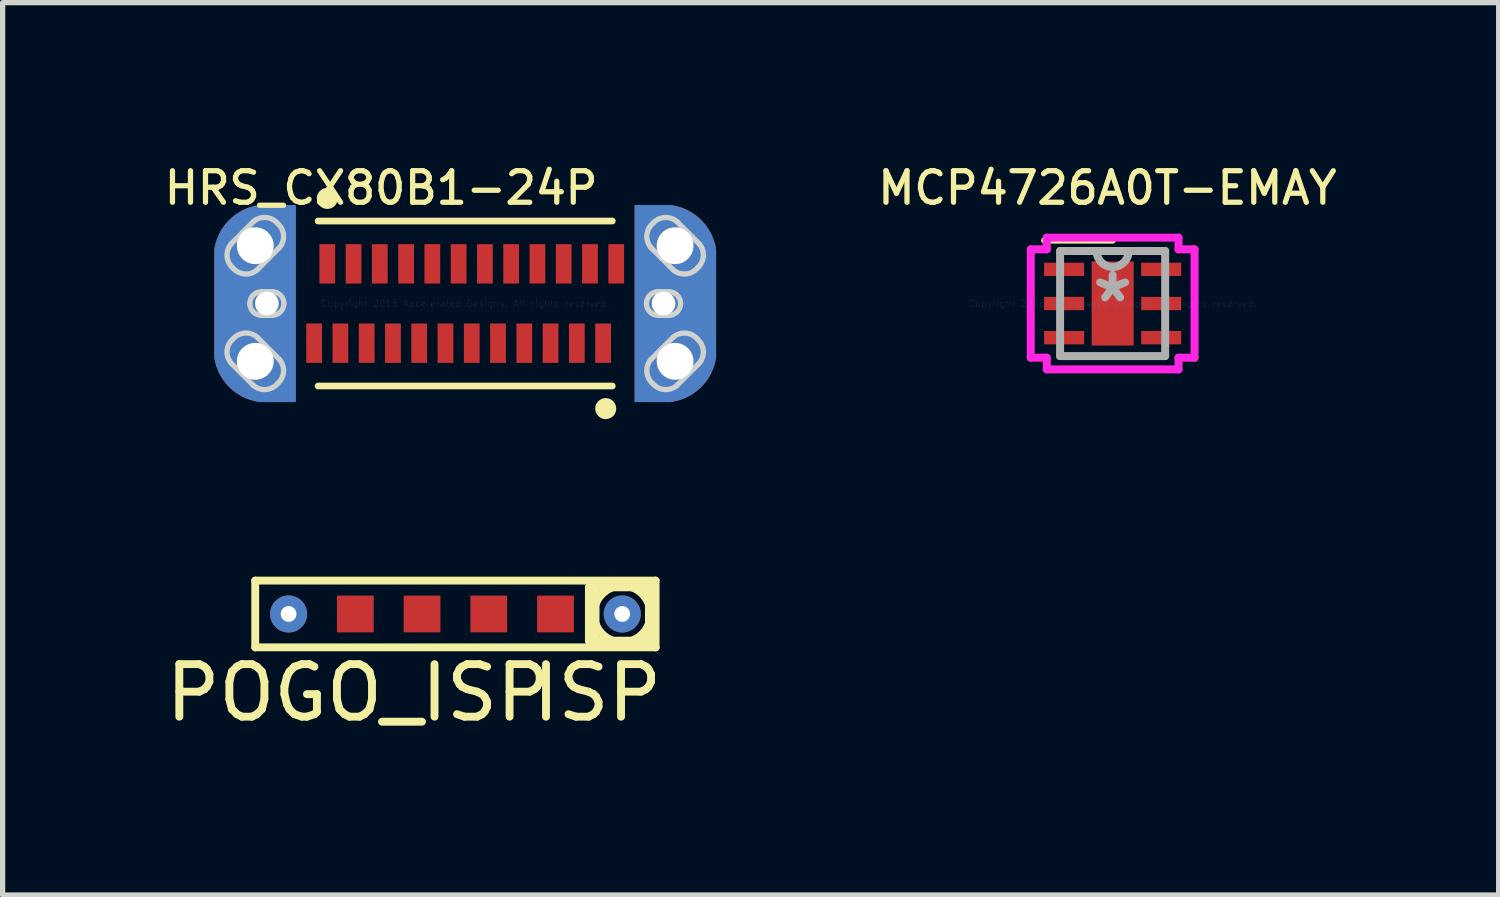
<source format=kicad_pcb>
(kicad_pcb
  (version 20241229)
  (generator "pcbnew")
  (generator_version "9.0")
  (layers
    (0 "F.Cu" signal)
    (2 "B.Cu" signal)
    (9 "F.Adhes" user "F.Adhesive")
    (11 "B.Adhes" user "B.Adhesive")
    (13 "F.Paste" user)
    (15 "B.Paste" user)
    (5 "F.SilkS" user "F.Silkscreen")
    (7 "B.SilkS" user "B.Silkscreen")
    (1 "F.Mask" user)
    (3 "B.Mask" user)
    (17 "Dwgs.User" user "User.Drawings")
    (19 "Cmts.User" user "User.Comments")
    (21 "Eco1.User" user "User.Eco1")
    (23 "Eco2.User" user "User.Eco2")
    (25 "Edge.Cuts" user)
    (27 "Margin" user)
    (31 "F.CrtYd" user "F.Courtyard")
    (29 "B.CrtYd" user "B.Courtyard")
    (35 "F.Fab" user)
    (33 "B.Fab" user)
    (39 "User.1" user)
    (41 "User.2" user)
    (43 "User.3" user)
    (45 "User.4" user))
  (footprint "MCP4726A0T-EMAY"
    (layer "F.Cu")
    (at 18.127 2.727)
    (property "Reference" "MCP4726A0T-EMAY" (at -0.1 -2.2 0) (layer "F.SilkS") (effects (font (size 0.6 0.6) (thickness 0.1))))
    (attr through_hole)
    (fp_line (start -1.3 -1.2) (end 0 -1.2) (stroke (width 0.12) (type solid)) (layer "F.SilkS"))
    (fp_line (start -1.559 -1.031) (end -1.254 -1.031) (stroke (width 0.152) (type solid)) (layer "F.CrtYd"))
    (fp_line (start -1.559 1.031) (end -1.559 -1.031) (stroke (width 0.152) (type solid)) (layer "F.CrtYd"))
    (fp_line (start -1.254 -1.254) (end 1.254 -1.254) (stroke (width 0.152) (type solid)) (layer "F.CrtYd"))
    (fp_line (start -1.254 -1.031) (end -1.254 -1.254) (stroke (width 0.152) (type solid)) (layer "F.CrtYd"))
    (fp_line (start -1.254 1.031) (end -1.559 1.031) (stroke (width 0.152) (type solid)) (layer "F.CrtYd"))
    (fp_line (start -1.254 1.254) (end -1.254 1.031) (stroke (width 0.152) (type solid)) (layer "F.CrtYd"))
    (fp_line (start 1.254 -1.254) (end 1.254 -1.031) (stroke (width 0.152) (type solid)) (layer "F.CrtYd"))
    (fp_line (start 1.254 -1.031) (end 1.559 -1.031) (stroke (width 0.152) (type solid)) (layer "F.CrtYd"))
    (fp_line (start 1.254 1.031) (end 1.254 1.254) (stroke (width 0.152) (type solid)) (layer "F.CrtYd"))
    (fp_line (start 1.254 1.254) (end -1.254 1.254) (stroke (width 0.152) (type solid)) (layer "F.CrtYd"))
    (fp_line (start 1.559 -1.031) (end 1.559 1.031) (stroke (width 0.152) (type solid)) (layer "F.CrtYd"))
    (fp_line (start 1.559 1.031) (end 1.254 1.031) (stroke (width 0.152) (type solid)) (layer "F.CrtYd"))
    (fp_line (start -1 -1) (end -1 1) (stroke (width 0.152) (type solid)) (layer "F.Fab"))
    (fp_line (start -1 1) (end 1 1) (stroke (width 0.152) (type solid)) (layer "F.Fab"))
    (fp_line (start 1 -1) (end -1 -1) (stroke (width 0.152) (type solid)) (layer "F.Fab"))
    (fp_line (start 1 1) (end 1 -1) (stroke (width 0.152) (type solid)) (layer "F.Fab"))
    (fp_arc (start 0.3048 -1) (mid 0 -0.6952) (end -0.3048 -1) (stroke (width 0.1524) (type solid)) (layer "F.Fab"))
    (fp_text user "Copyright 2016 Accelerated Designs. All rights reserved." (at 0 0 0) (layer "Cmts.User") (effects (font (size 0.127 0.127) (thickness 0.002))))
    (fp_text user "*" (at 0 0 0) (layer "F.Fab") (effects (font (size 1 1) (thickness 0.15))))
    (pad "1" smd rect (at -0.924 -0.65) (size 0.762 0.254) (layers "F.Cu" "F.Mask" "F.Paste"))
    (pad "2" smd rect (at -0.924 0) (size 0.762 0.254) (layers "F.Cu" "F.Mask" "F.Paste"))
    (pad "3" smd rect (at -0.924 0.65) (size 0.762 0.254) (layers "F.Cu" "F.Mask" "F.Paste"))
    (pad "4" smd rect (at 0.924 0.65) (size 0.762 0.254) (layers "F.Cu" "F.Mask" "F.Paste"))
    (pad "5" smd rect (at 0.924 0) (size 0.762 0.254) (layers "F.Cu" "F.Mask" "F.Paste"))
    (pad "6" smd rect (at 0.924 -0.65) (size 0.762 0.254) (layers "F.Cu" "F.Mask" "F.Paste"))
    (pad "7" smd rect (at 0 0) (size 0.8 1.6) (layers "F.Cu" "F.Mask" "F.Paste")))
  (footprint "POGO_ISP"
    (layer "F.Cu")
    (at 5.618 8.636)
    (property "Reference" "POGO_ISP" (at -1.85 1.5 0) (layer "F.SilkS") (effects (font (size 1 1) (thickness 0.15))))
    (attr through_hole)
    (fp_line (start -3.81 -0.635) (end 3.81 -0.635) (stroke (width 0.15) (type solid)) (layer "F.SilkS"))
    (fp_line (start -3.81 0.635) (end -3.81 -0.635) (stroke (width 0.15) (type solid)) (layer "F.SilkS"))
    (fp_line (start 2.54 -0.508) (end 3.683 -0.508) (stroke (width 0.15) (type solid)) (layer "F.SilkS"))
    (fp_line (start 2.54 0.508) (end 2.54 -0.508) (stroke (width 0.15) (type solid)) (layer "F.SilkS"))
    (fp_line (start 2.667 -0.508) (end 2.667 0.508) (stroke (width 0.15) (type solid)) (layer "F.SilkS"))
    (fp_line (start 3.683 -0.508) (end 3.683 0.508) (stroke (width 0.15) (type solid)) (layer "F.SilkS"))
    (fp_line (start 3.683 0.508) (end 2.54 0.508) (stroke (width 0.15) (type solid)) (layer "F.SilkS"))
    (fp_line (start 3.81 -0.635) (end 3.81 0.635) (stroke (width 0.15) (type solid)) (layer "F.SilkS"))
    (fp_line (start 3.81 0.635) (end -3.81 0.635) (stroke (width 0.15) (type solid)) (layer "F.SilkS"))
    (fp_circle (center 3.175 0) (end 3.556 0.381) (stroke (width 0.15) (type solid)) (fill no) (layer "F.SilkS"))
    (fp_text user "ISP" (at 2.7 1.5 180) (layer "F.SilkS") (effects (font (size 1 1) (thickness 0.15))))
    (pad "1" thru_hole circle (at 3.175 0) (size 0.705 0.705) (drill 0.3) (layers "*.Cu" "*.Mask"))
    (pad "2" smd rect (at 1.905 0) (size 0.7 0.7) (layers "F.Cu" "F.Mask"))
    (pad "3" smd rect (at 0.635 0) (size 0.7 0.7) (layers "F.Cu" "F.Mask"))
    (pad "4" smd rect (at -0.635 0) (size 0.7 0.7) (layers "F.Cu" "F.Mask"))
    (pad "5" smd rect (at -1.905 0) (size 0.7 0.7) (layers "F.Cu" "F.Mask"))
    (pad "6" thru_hole circle (at -3.175 0) (size 0.705 0.705) (drill 0.3) (layers "*.Cu" "*.Mask")))
  (footprint "HRS_CX80B1-24P"
    (layer "F.Cu")
    (at 5.804 2.727)
    (property "Reference" "HRS_CX80B1-24P" (at -1.6 -2.2 0) (layer "F.SilkS") (effects (font (size 0.6 0.6) (thickness 0.1))))
    (attr smd)
    (fp_line (start -2.8 -1.57) (end 2.8 -1.57) (stroke (width 0.127) (type solid)) (layer "F.SilkS"))
    (fp_line (start -2.8 1.57) (end 2.8 1.57) (stroke (width 0.127) (type solid)) (layer "F.SilkS"))
    (fp_circle (center -2.625 -2) (end -2.525 -2) (stroke (width 0.2) (type solid)) (fill no) (layer "F.SilkS"))
    (fp_circle (center 2.675 2) (end 2.775 2) (stroke (width 0.2) (type solid)) (fill no) (layer "F.SilkS"))
    (fp_circle (center -2.625 -2) (end -2.525 -2) (stroke (width 0.2) (type solid)) (fill no) (layer "Eco2.User"))
    (fp_circle (center 2.675 2) (end 2.775 2) (stroke (width 0.2) (type solid)) (fill no) (layer "Eco2.User"))
    (fp_line (start -4.455 -1.135) (end -4.242 -1.347) (stroke (width 0.1) (type solid)) (layer "Edge.Cuts"))
    (fp_line (start -4.242 -1.347) (end -4.03 -1.56) (stroke (width 0.1) (type solid)) (layer "Edge.Cuts"))
    (fp_line (start -4.242 1.347) (end -4.455 1.135) (stroke (width 0.1) (type solid)) (layer "Edge.Cuts"))
    (fp_line (start -4.03 1.56) (end -4.242 1.347) (stroke (width 0.1) (type solid)) (layer "Edge.Cuts"))
    (fp_line (start -3.96 0.64) (end -3.748 0.853) (stroke (width 0.1) (type solid)) (layer "Edge.Cuts"))
    (fp_line (start -3.875 -0.225) (end -3.675 -0.225) (stroke (width 0.1) (type solid)) (layer "Edge.Cuts"))
    (fp_line (start -3.748 -0.853) (end -3.96 -0.64) (stroke (width 0.1) (type solid)) (layer "Edge.Cuts"))
    (fp_line (start -3.748 0.853) (end -3.535 1.065) (stroke (width 0.1) (type solid)) (layer "Edge.Cuts"))
    (fp_line (start -3.675 0.225) (end -3.875 0.225) (stroke (width 0.1) (type solid)) (layer "Edge.Cuts"))
    (fp_line (start -3.535 -1.065) (end -3.748 -0.853) (stroke (width 0.1) (type solid)) (layer "Edge.Cuts"))
    (fp_line (start 3.535 1.065) (end 3.748 0.853) (stroke (width 0.1) (type solid)) (layer "Edge.Cuts"))
    (fp_line (start 3.675 -0.225) (end 3.875 -0.225) (stroke (width 0.1) (type solid)) (layer "Edge.Cuts"))
    (fp_line (start 3.748 -0.853) (end 3.535 -1.065) (stroke (width 0.1) (type solid)) (layer "Edge.Cuts"))
    (fp_line (start 3.748 0.853) (end 3.96 0.64) (stroke (width 0.1) (type solid)) (layer "Edge.Cuts"))
    (fp_line (start 3.875 0.225) (end 3.675 0.225) (stroke (width 0.1) (type solid)) (layer "Edge.Cuts"))
    (fp_line (start 3.96 -0.64) (end 3.748 -0.853) (stroke (width 0.1) (type solid)) (layer "Edge.Cuts"))
    (fp_line (start 4.03 -1.56) (end 4.242 -1.347) (stroke (width 0.1) (type solid)) (layer "Edge.Cuts"))
    (fp_line (start 4.242 -1.347) (end 4.455 -1.135) (stroke (width 0.1) (type solid)) (layer "Edge.Cuts"))
    (fp_line (start 4.242 1.347) (end 4.03 1.56) (stroke (width 0.1) (type solid)) (layer "Edge.Cuts"))
    (fp_line (start 4.455 1.135) (end 4.242 1.347) (stroke (width 0.1) (type solid)) (layer "Edge.Cuts"))
    (fp_arc (start -4.454616 1.135353) (mid -4.532128 0.898223) (end -4.41926 0.675737) (stroke (width 0.1) (type solid)) (layer "Edge.Cuts"))
    (fp_arc (start -4.419263 0.675734) (mid -4.196778 0.562869) (end -3.95965 0.640381) (stroke (width 0.1) (type solid)) (layer "Edge.Cuts"))
    (fp_arc (start -4.419257 -0.675733) (mid -4.532128 -0.898218) (end -4.45462 -1.13535) (stroke (width 0.1) (type solid)) (layer "Edge.Cuts"))
    (fp_arc (start -4.1 0) (mid -4.034099 -0.159099) (end -3.875 -0.225) (stroke (width 0.1) (type solid)) (layer "Edge.Cuts"))
    (fp_arc (start -4.03035 -1.55961) (mid -3.793224 -1.637123) (end -3.57074 -1.52426) (stroke (width 0.1) (type solid)) (layer "Edge.Cuts"))
    (fp_arc (start -3.959653 -0.640384) (mid -4.196778 -0.562873) (end -4.41926 -0.675737) (stroke (width 0.1) (type solid)) (layer "Edge.Cuts"))
    (fp_arc (start -3.875 0.225) (mid -4.034099 0.159099) (end -4.1 0) (stroke (width 0.1) (type solid)) (layer "Edge.Cuts"))
    (fp_arc (start -3.675 -0.225) (mid -3.515901 -0.159099) (end -3.45 0) (stroke (width 0.1) (type solid)) (layer "Edge.Cuts"))
    (fp_arc (start -3.57073 -1.52426) (mid -3.457867 -1.301776) (end -3.53538 -1.06465) (stroke (width 0.1) (type solid)) (layer "Edge.Cuts"))
    (fp_arc (start -3.57073 1.52426) (mid -3.793217 1.63713) (end -4.03035 1.55962) (stroke (width 0.1) (type solid)) (layer "Edge.Cuts"))
    (fp_arc (start -3.53538 1.06466) (mid -3.457874 1.301783) (end -3.57074 1.52426) (stroke (width 0.1) (type solid)) (layer "Edge.Cuts"))
    (fp_arc (start -3.45 0) (mid -3.515901 0.159099) (end -3.675 0.225) (stroke (width 0.1) (type solid)) (layer "Edge.Cuts"))
    (fp_arc (start 3.45 0) (mid 3.515901 -0.159099) (end 3.675 -0.225) (stroke (width 0.1) (type solid)) (layer "Edge.Cuts"))
    (fp_arc (start 3.53538 -1.06466) (mid 3.457874 -1.301783) (end 3.57074 -1.52426) (stroke (width 0.1) (type solid)) (layer "Edge.Cuts"))
    (fp_arc (start 3.57073 -1.52426) (mid 3.793217 -1.63713) (end 4.03035 -1.55962) (stroke (width 0.1) (type solid)) (layer "Edge.Cuts"))
    (fp_arc (start 3.57073 1.52426) (mid 3.457867 1.301776) (end 3.53538 1.06465) (stroke (width 0.1) (type solid)) (layer "Edge.Cuts"))
    (fp_arc (start 3.675 0.225) (mid 3.515901 0.159099) (end 3.45 0) (stroke (width 0.1) (type solid)) (layer "Edge.Cuts"))
    (fp_arc (start 3.875 -0.225) (mid 4.034099 -0.159099) (end 4.1 0) (stroke (width 0.1) (type solid)) (layer "Edge.Cuts"))
    (fp_arc (start 3.959653 0.640384) (mid 4.196778 0.562873) (end 4.41926 0.675737) (stroke (width 0.1) (type solid)) (layer "Edge.Cuts"))
    (fp_arc (start 4.03035 1.55961) (mid 3.793224 1.637123) (end 3.57074 1.52426) (stroke (width 0.1) (type solid)) (layer "Edge.Cuts"))
    (fp_arc (start 4.1 0) (mid 4.034099 0.159099) (end 3.875 0.225) (stroke (width 0.1) (type solid)) (layer "Edge.Cuts"))
    (fp_arc (start 4.419257 0.675733) (mid 4.532128 0.898218) (end 4.45462 1.13535) (stroke (width 0.1) (type solid)) (layer "Edge.Cuts"))
    (fp_arc (start 4.419263 -0.675734) (mid 4.196778 -0.562869) (end 3.95965 -0.640381) (stroke (width 0.1) (type solid)) (layer "Edge.Cuts"))
    (fp_arc (start 4.454616 -1.135353) (mid 4.532128 -0.898223) (end 4.41926 -0.675737) (stroke (width 0.1) (type solid)) (layer "Edge.Cuts"))
    (fp_text user "Copyright 2016 Accelerated Designs. All rights reserved." (at 0 0 0) (layer "Cmts.User") (effects (font (size 0.127 0.127) (thickness 0.002))))
    (pad "A1" smd rect (at -2.625 -0.755) (size 0.3 0.75) (layers "F.Cu" "F.Mask" "F.Paste"))
    (pad "A2" smd rect (at -2.125 -0.755) (size 0.3 0.75) (layers "F.Cu" "F.Mask" "F.Paste"))
    (pad "A3" smd rect (at -1.625 -0.755) (size 0.3 0.75) (layers "F.Cu" "F.Mask" "F.Paste"))
    (pad "A4" smd rect (at -1.125 -0.755) (size 0.3 0.75) (layers "F.Cu" "F.Mask" "F.Paste"))
    (pad "A5" smd rect (at -0.625 -0.755) (size 0.3 0.75) (layers "F.Cu" "F.Mask" "F.Paste"))
    (pad "A6" smd rect (at -0.125 -0.755) (size 0.3 0.75) (layers "F.Cu" "F.Mask" "F.Paste"))
    (pad "A7" smd rect (at 0.375 -0.755) (size 0.3 0.75) (layers "F.Cu" "F.Mask" "F.Paste"))
    (pad "A8" smd rect (at 0.875 -0.755) (size 0.3 0.75) (layers "F.Cu" "F.Mask" "F.Paste"))
    (pad "A9" smd rect (at 1.375 -0.755) (size 0.3 0.75) (layers "F.Cu" "F.Mask" "F.Paste"))
    (pad "A10" smd rect (at 1.875 -0.755) (size 0.3 0.75) (layers "F.Cu" "F.Mask" "F.Paste"))
    (pad "A11" smd rect (at 2.375 -0.755) (size 0.3 0.75) (layers "F.Cu" "F.Mask" "F.Paste"))
    (pad "A12" smd rect (at 2.875 -0.755) (size 0.3 0.75) (layers "F.Cu" "F.Mask" "F.Paste"))
    (pad "B1" smd rect (at 2.625 0.755) (size 0.3 0.75) (layers "F.Cu" "F.Mask" "F.Paste"))
    (pad "B2" smd rect (at 2.125 0.755) (size 0.3 0.75) (layers "F.Cu" "F.Mask" "F.Paste"))
    (pad "B3" smd rect (at 1.625 0.755) (size 0.3 0.75) (layers "F.Cu" "F.Mask" "F.Paste"))
    (pad "B4" smd rect (at 1.125 0.755) (size 0.3 0.75) (layers "F.Cu" "F.Mask" "F.Paste"))
    (pad "B5" smd rect (at 0.625 0.755) (size 0.3 0.75) (layers "F.Cu" "F.Mask" "F.Paste"))
    (pad "B6" smd rect (at 0.125 0.755) (size 0.3 0.75) (layers "F.Cu" "F.Mask" "F.Paste"))
    (pad "B7" smd rect (at -0.375 0.755) (size 0.3 0.75) (layers "F.Cu" "F.Mask" "F.Paste"))
    (pad "B8" smd rect (at -0.875 0.755) (size 0.3 0.75) (layers "F.Cu" "F.Mask" "F.Paste"))
    (pad "B9" smd rect (at -1.375 0.755) (size 0.3 0.75) (layers "F.Cu" "F.Mask" "F.Paste"))
    (pad "B10" smd rect (at -1.875 0.755) (size 0.3 0.75) (layers "F.Cu" "F.Mask" "F.Paste"))
    (pad "B11" smd rect (at -2.375 0.755) (size 0.3 0.75) (layers "F.Cu" "F.Mask" "F.Paste"))
    (pad "B12" smd rect (at -2.875 0.755) (size 0.3 0.75) (layers "F.Cu" "F.Mask" "F.Paste"))
    (pad "S1" thru_hole oval (at -3.995 1.1 135) (size 1.4 0.7) (drill 0.7) (layers "*.Cu" "*.Mask"))
    (pad "S2" thru_hole oval (at 3.995 -1.1 135) (size 1.4 0.7) (drill 0.7) (layers "*.Cu" "*.Mask"))
    (pad "S3" thru_hole oval (at -3.995 -1.1 45) (size 1.4 0.7) (drill 0.7) (layers "*.Cu" "*.Mask"))
    (pad "S4" thru_hole oval (at 3.995 1.1 225) (size 1.4 0.7) (drill 0.7) (layers "*.Cu" "*.Mask"))
    (pad "S5" thru_hole custom (at -3.775 0) (size 1 1) (drill 0.45) (layers "*.Cu" "*.Mask") (options (anchor circle)) (primitives (gr_poly (pts (xy 0.55 -1.875) (xy 0.55 1.875) (xy -0.125 1.875) (xy -0.152 1.872) (xy -0.196 1.864) (xy -0.238 1.855) (xy -0.281 1.844) (xy -0.322 1.832) (xy -0.364 1.817) (xy -0.404 1.801) (xy -0.444 1.782) (xy -0.483 1.763) (xy -0.521 1.741) (xy -0.558 1.718) (xy -0.594 1.693) (xy -0.629 1.667) (xy -0.663 1.639) (xy -0.695 1.61) (xy -0.726 1.579) (xy -0.756 1.547) (xy -0.785 1.514) (xy -0.812 1.479) (xy -0.837 1.444) (xy -0.861 1.407) (xy -0.883 1.37) (xy -0.904 1.331) (xy -0.922 1.291) (xy -0.939 1.251) (xy -0.955 1.21) (xy -0.968 1.169) (xy -0.98 1.127) (xy -0.99 1.084) (xy -0.998 1.041) (xy -1 1.025) (xy -1 -1.025) (xy -0.998 -1.041) (xy -0.99 -1.084) (xy -0.98 -1.127) (xy -0.968 -1.169) (xy -0.955 -1.21) (xy -0.939 -1.251) (xy -0.922 -1.291) (xy -0.904 -1.331) (xy -0.883 -1.37) (xy -0.861 -1.407) (xy -0.837 -1.444) (xy -0.812 -1.479) (xy -0.785 -1.514) (xy -0.756 -1.547) (xy -0.727 -1.579) (xy -0.695 -1.61) (xy -0.663 -1.639) (xy -0.629 -1.667) (xy -0.594 -1.693) (xy -0.558 -1.718) (xy -0.521 -1.741) (xy -0.483 -1.763) (xy -0.444 -1.782) (xy -0.404 -1.801) (xy -0.364 -1.817) (xy -0.322 -1.832) (xy -0.281 -1.844) (xy -0.238 -1.855) (xy -0.196 -1.864) (xy -0.152 -1.872) (xy -0.125 -1.875)) (width 0.001) (fill yes)) (gr_poly (pts (xy 0.55 -1.875) (xy 0.55 1.875) (xy -0.125 1.875) (xy -0.152 1.872) (xy -0.196 1.864) (xy -0.238 1.855) (xy -0.281 1.844) (xy -0.322 1.832) (xy -0.364 1.817) (xy -0.404 1.801) (xy -0.444 1.782) (xy -0.483 1.763) (xy -0.521 1.741) (xy -0.558 1.718) (xy -0.594 1.693) (xy -0.629 1.667) (xy -0.663 1.639) (xy -0.695 1.61) (xy -0.726 1.579) (xy -0.756 1.547) (xy -0.785 1.514) (xy -0.812 1.479) (xy -0.837 1.444) (xy -0.861 1.407) (xy -0.883 1.37) (xy -0.904 1.331) (xy -0.922 1.291) (xy -0.939 1.251) (xy -0.955 1.21) (xy -0.968 1.169) (xy -0.98 1.127) (xy -0.99 1.084) (xy -0.998 1.041) (xy -1 1.025) (xy -1 -1.025) (xy -0.998 -1.041) (xy -0.99 -1.084) (xy -0.98 -1.127) (xy -0.968 -1.169) (xy -0.955 -1.21) (xy -0.939 -1.251) (xy -0.922 -1.291) (xy -0.904 -1.331) (xy -0.883 -1.37) (xy -0.861 -1.407) (xy -0.837 -1.444) (xy -0.812 -1.479) (xy -0.785 -1.514) (xy -0.756 -1.547) (xy -0.727 -1.579) (xy -0.695 -1.61) (xy -0.663 -1.639) (xy -0.629 -1.667) (xy -0.594 -1.693) (xy -0.558 -1.718) (xy -0.521 -1.741) (xy -0.483 -1.763) (xy -0.444 -1.782) (xy -0.404 -1.801) (xy -0.364 -1.817) (xy -0.322 -1.832) (xy -0.281 -1.844) (xy -0.238 -1.855) (xy -0.196 -1.864) (xy -0.152 -1.872) (xy -0.125 -1.875)) (width 0.001) (fill yes))))
    (pad "S6" thru_hole custom (at 3.775 0) (size 1 1) (drill 0.45) (layers "*.Cu" "*.Mask") (options (anchor circle)) (primitives (gr_poly (pts (xy -0.55 1.875) (xy -0.55 -1.875) (xy 0.125 -1.875) (xy 0.152 -1.872) (xy 0.196 -1.864) (xy 0.238 -1.855) (xy 0.281 -1.844) (xy 0.322 -1.832) (xy 0.364 -1.817) (xy 0.404 -1.801) (xy 0.444 -1.782) (xy 0.483 -1.763) (xy 0.521 -1.741) (xy 0.558 -1.718) (xy 0.594 -1.693) (xy 0.629 -1.667) (xy 0.663 -1.639) (xy 0.695 -1.61) (xy 0.726 -1.579) (xy 0.756 -1.547) (xy 0.785 -1.514) (xy 0.812 -1.479) (xy 0.837 -1.444) (xy 0.861 -1.407) (xy 0.883 -1.37) (xy 0.904 -1.331) (xy 0.922 -1.291) (xy 0.939 -1.251) (xy 0.955 -1.21) (xy 0.968 -1.169) (xy 0.98 -1.127) (xy 0.99 -1.084) (xy 0.998 -1.041) (xy 1 -1.025) (xy 1 1.025) (xy 0.998 1.041) (xy 0.99 1.084) (xy 0.98 1.127) (xy 0.968 1.169) (xy 0.955 1.21) (xy 0.939 1.251) (xy 0.922 1.291) (xy 0.904 1.331) (xy 0.883 1.37) (xy 0.861 1.407) (xy 0.837 1.444) (xy 0.812 1.479) (xy 0.785 1.514) (xy 0.756 1.547) (xy 0.727 1.579) (xy 0.695 1.61) (xy 0.663 1.639) (xy 0.629 1.667) (xy 0.594 1.693) (xy 0.558 1.718) (xy 0.521 1.741) (xy 0.483 1.763) (xy 0.444 1.782) (xy 0.404 1.801) (xy 0.364 1.817) (xy 0.322 1.832) (xy 0.281 1.844) (xy 0.238 1.855) (xy 0.196 1.864) (xy 0.152 1.872) (xy 0.125 1.875)) (width 0.001) (fill yes)) (gr_poly (pts (xy -0.55 1.875) (xy -0.55 -1.875) (xy 0.125 -1.875) (xy 0.152 -1.872) (xy 0.196 -1.864) (xy 0.238 -1.855) (xy 0.281 -1.844) (xy 0.322 -1.832) (xy 0.364 -1.817) (xy 0.404 -1.801) (xy 0.444 -1.782) (xy 0.483 -1.763) (xy 0.521 -1.741) (xy 0.558 -1.718) (xy 0.594 -1.693) (xy 0.629 -1.667) (xy 0.663 -1.639) (xy 0.695 -1.61) (xy 0.726 -1.579) (xy 0.756 -1.547) (xy 0.785 -1.514) (xy 0.812 -1.479) (xy 0.837 -1.444) (xy 0.861 -1.407) (xy 0.883 -1.37) (xy 0.904 -1.331) (xy 0.922 -1.291) (xy 0.939 -1.251) (xy 0.955 -1.21) (xy 0.968 -1.169) (xy 0.98 -1.127) (xy 0.99 -1.084) (xy 0.998 -1.041) (xy 1 -1.025) (xy 1 1.025) (xy 0.998 1.041) (xy 0.99 1.084) (xy 0.98 1.127) (xy 0.968 1.169) (xy 0.955 1.21) (xy 0.939 1.251) (xy 0.922 1.291) (xy 0.904 1.331) (xy 0.883 1.37) (xy 0.861 1.407) (xy 0.837 1.444) (xy 0.812 1.479) (xy 0.785 1.514) (xy 0.756 1.547) (xy 0.727 1.579) (xy 0.695 1.61) (xy 0.663 1.639) (xy 0.629 1.667) (xy 0.594 1.693) (xy 0.558 1.718) (xy 0.521 1.741) (xy 0.483 1.763) (xy 0.444 1.782) (xy 0.404 1.801) (xy 0.364 1.817) (xy 0.322 1.832) (xy 0.281 1.844) (xy 0.238 1.855) (xy 0.196 1.864) (xy 0.152 1.872) (xy 0.125 1.875)) (width 0.001) (fill yes)))))
  (gr_rect
    (start -3 -3)
    (end 25.474 13.985)
    (stroke (width 0.1) (type default))
    (fill no)
    (layer "Edge.Cuts")))
</source>
